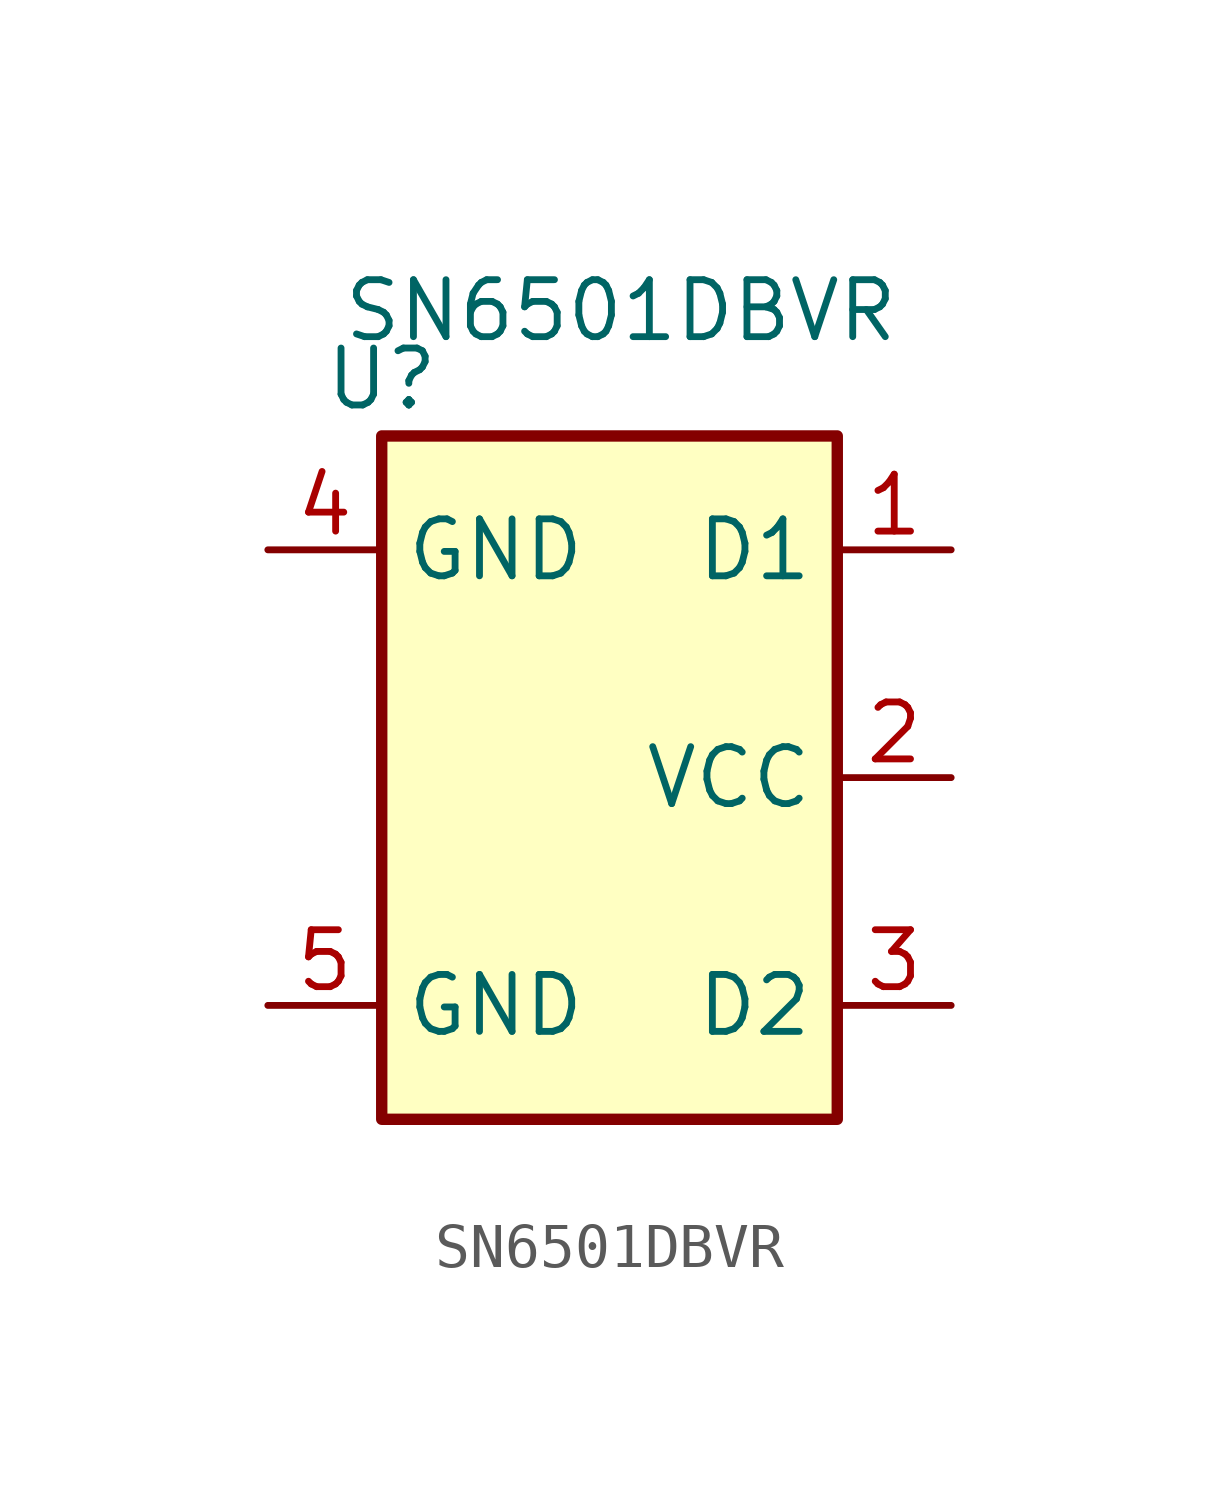
<source format=kicad_sym>
(kicad_symbol_lib
  (version 20241209)
  (generator "kicad_symbol_editor")
  (generator_version "9.0")
  (symbol "SN6501DBVR"
    (property "Reference" "U"
      (at -5.08 6.35 0)
      (effects (font (size 1.27 1.27))))
    (property "Value" "SN6501DBVR"
      (at 0.254 7.874 0)
      (effects (font (size 1.27 1.27))))
    (symbol "SN6501DBVR_0_1"
      (rectangle (start -5.08 5.08) (end 5.08 -10.16) (stroke (width 0.254) (type default)) (fill (type background))))
    (symbol "SN6501DBVR_1_1"
      (pin power_in line (at -7.62 2.54 0) (length 2.54) (name "GND" (effects (font (size 1.27 1.27)))) (number "4" (effects (font (size 1.27 1.27)))))
      (pin power_in line (at -7.62 -7.62 0) (length 2.54) (name "GND" (effects (font (size 1.27 1.27)))) (number "5" (effects (font (size 1.27 1.27)))))
      (pin open_collector line (at 7.62 2.54 180) (length 2.54) (name "D1" (effects (font (size 1.27 1.27)))) (number "1" (effects (font (size 1.27 1.27)))))
      (pin power_in line (at 7.62 -2.54 180) (length 2.54) (name "VCC" (effects (font (size 1.27 1.27)))) (number "2" (effects (font (size 1.27 1.27)))))
      (pin open_collector line (at 7.62 -7.62 180) (length 2.54) (name "D2" (effects (font (size 1.27 1.27)))) (number "3" (effects (font (size 1.27 1.27))))))))
</source>
